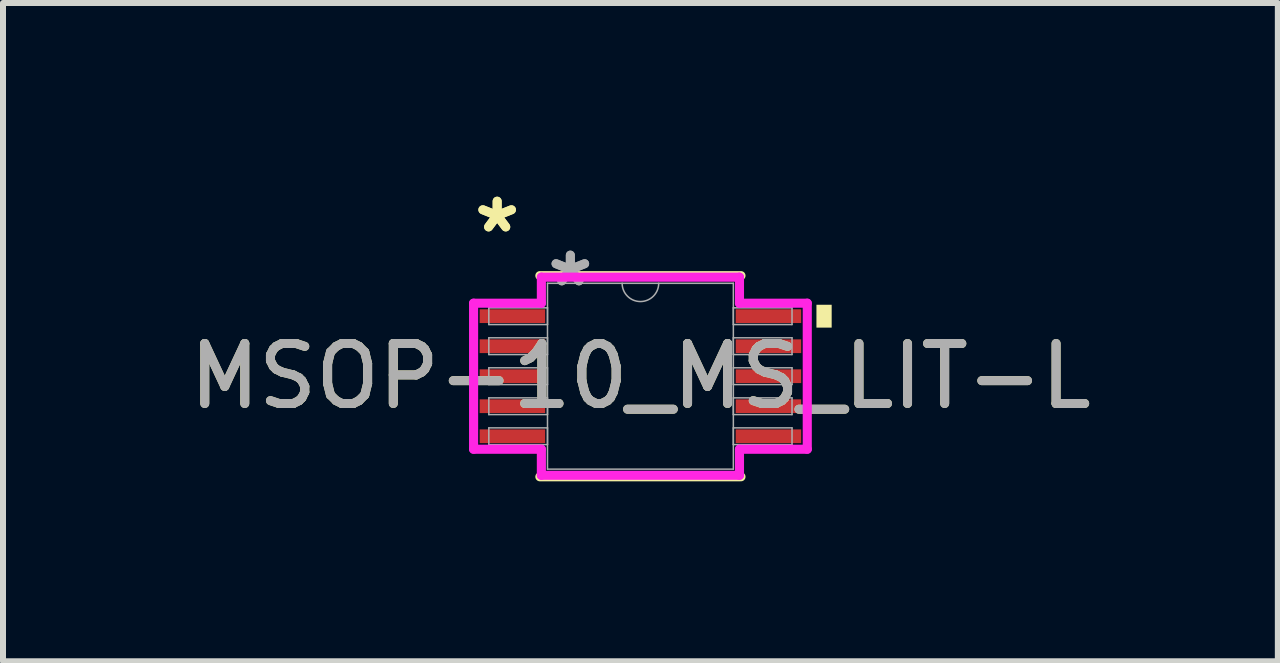
<source format=kicad_pcb>
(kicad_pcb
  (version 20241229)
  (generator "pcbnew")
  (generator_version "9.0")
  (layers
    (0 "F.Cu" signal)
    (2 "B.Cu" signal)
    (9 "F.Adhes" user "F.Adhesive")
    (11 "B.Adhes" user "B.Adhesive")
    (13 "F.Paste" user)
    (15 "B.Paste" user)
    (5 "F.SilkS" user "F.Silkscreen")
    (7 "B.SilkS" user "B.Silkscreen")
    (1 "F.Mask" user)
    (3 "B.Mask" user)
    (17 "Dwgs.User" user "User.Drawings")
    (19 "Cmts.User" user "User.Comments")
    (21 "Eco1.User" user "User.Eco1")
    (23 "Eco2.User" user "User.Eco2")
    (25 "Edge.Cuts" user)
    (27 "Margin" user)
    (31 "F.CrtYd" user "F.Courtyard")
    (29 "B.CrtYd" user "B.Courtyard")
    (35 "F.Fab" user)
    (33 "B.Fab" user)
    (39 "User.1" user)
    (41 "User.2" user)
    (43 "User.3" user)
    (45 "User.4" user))
  (footprint "MSOP-10_MS_LIT-L"
    (layer "F.Cu")
    (at 7.625 3.221)
    (property "Reference" "MSOP-10_MS_LIT-L" (at 0 0 0) (unlocked yes) (layer "F.SilkS") (effects (font (size 1 1) (thickness 0.15))))
    (attr smd)
    (fp_line (start -1.676 1.676) (end 1.676 1.676) (stroke (width 0.152) (type solid)) (layer "F.SilkS"))
    (fp_line (start 1.676 -1.676) (end -1.676 -1.676) (stroke (width 0.152) (type solid)) (layer "F.SilkS"))
    (fp_poly (pts (xy 3.188 -1.191) (xy 3.188 -0.81) (xy 2.934 -0.81) (xy 2.934 -1.191)) (stroke (width 0) (type solid)) (fill yes) (layer "F.SilkS"))
    (fp_line (start -2.781 -1.217) (end -1.651 -1.217) (stroke (width 0.152) (type solid)) (layer "F.CrtYd"))
    (fp_line (start -2.781 1.217) (end -2.781 -1.217) (stroke (width 0.152) (type solid)) (layer "F.CrtYd"))
    (fp_line (start -2.781 1.217) (end -1.651 1.217) (stroke (width 0.152) (type solid)) (layer "F.CrtYd"))
    (fp_line (start -1.651 -1.651) (end 1.651 -1.651) (stroke (width 0.152) (type solid)) (layer "F.CrtYd"))
    (fp_line (start -1.651 -1.217) (end -1.651 -1.651) (stroke (width 0.152) (type solid)) (layer "F.CrtYd"))
    (fp_line (start -1.651 1.651) (end -1.651 1.217) (stroke (width 0.152) (type solid)) (layer "F.CrtYd"))
    (fp_line (start 1.651 -1.651) (end 1.651 -1.217) (stroke (width 0.152) (type solid)) (layer "F.CrtYd"))
    (fp_line (start 1.651 1.217) (end 1.651 1.651) (stroke (width 0.152) (type solid)) (layer "F.CrtYd"))
    (fp_line (start 1.651 1.651) (end -1.651 1.651) (stroke (width 0.152) (type solid)) (layer "F.CrtYd"))
    (fp_line (start 2.781 -1.217) (end 1.651 -1.217) (stroke (width 0.152) (type solid)) (layer "F.CrtYd"))
    (fp_line (start 2.781 -1.217) (end 2.781 1.217) (stroke (width 0.152) (type solid)) (layer "F.CrtYd"))
    (fp_line (start 2.781 1.217) (end 1.651 1.217) (stroke (width 0.152) (type solid)) (layer "F.CrtYd"))
    (fp_line (start -2.527 -1.14) (end -2.527 -0.861) (stroke (width 0.025) (type solid)) (layer "F.Fab"))
    (fp_line (start -2.527 -0.861) (end -1.549 -0.861) (stroke (width 0.025) (type solid)) (layer "F.Fab"))
    (fp_line (start -2.527 -0.64) (end -2.527 -0.361) (stroke (width 0.025) (type solid)) (layer "F.Fab"))
    (fp_line (start -2.527 -0.361) (end -1.549 -0.361) (stroke (width 0.025) (type solid)) (layer "F.Fab"))
    (fp_line (start -2.527 -0.14) (end -2.527 0.14) (stroke (width 0.025) (type solid)) (layer "F.Fab"))
    (fp_line (start -2.527 0.14) (end -1.549 0.14) (stroke (width 0.025) (type solid)) (layer "F.Fab"))
    (fp_line (start -2.527 0.361) (end -2.527 0.64) (stroke (width 0.025) (type solid)) (layer "F.Fab"))
    (fp_line (start -2.527 0.64) (end -1.549 0.64) (stroke (width 0.025) (type solid)) (layer "F.Fab"))
    (fp_line (start -2.527 0.861) (end -2.527 1.14) (stroke (width 0.025) (type solid)) (layer "F.Fab"))
    (fp_line (start -2.527 1.14) (end -1.549 1.14) (stroke (width 0.025) (type solid)) (layer "F.Fab"))
    (fp_line (start -1.549 -1.549) (end -1.549 1.549) (stroke (width 0.025) (type solid)) (layer "F.Fab"))
    (fp_line (start -1.549 -1.14) (end -2.527 -1.14) (stroke (width 0.025) (type solid)) (layer "F.Fab"))
    (fp_line (start -1.549 -0.861) (end -1.549 -1.14) (stroke (width 0.025) (type solid)) (layer "F.Fab"))
    (fp_line (start -1.549 -0.64) (end -2.527 -0.64) (stroke (width 0.025) (type solid)) (layer "F.Fab"))
    (fp_line (start -1.549 -0.361) (end -1.549 -0.64) (stroke (width 0.025) (type solid)) (layer "F.Fab"))
    (fp_line (start -1.549 -0.14) (end -2.527 -0.14) (stroke (width 0.025) (type solid)) (layer "F.Fab"))
    (fp_line (start -1.549 0.14) (end -1.549 -0.14) (stroke (width 0.025) (type solid)) (layer "F.Fab"))
    (fp_line (start -1.549 0.361) (end -2.527 0.361) (stroke (width 0.025) (type solid)) (layer "F.Fab"))
    (fp_line (start -1.549 0.64) (end -1.549 0.361) (stroke (width 0.025) (type solid)) (layer "F.Fab"))
    (fp_line (start -1.549 0.861) (end -2.527 0.861) (stroke (width 0.025) (type solid)) (layer "F.Fab"))
    (fp_line (start -1.549 1.14) (end -1.549 0.861) (stroke (width 0.025) (type solid)) (layer "F.Fab"))
    (fp_line (start -1.549 1.549) (end 1.549 1.549) (stroke (width 0.025) (type solid)) (layer "F.Fab"))
    (fp_line (start 1.549 -1.549) (end -1.549 -1.549) (stroke (width 0.025) (type solid)) (layer "F.Fab"))
    (fp_line (start 1.549 -1.14) (end 1.549 -0.861) (stroke (width 0.025) (type solid)) (layer "F.Fab"))
    (fp_line (start 1.549 -0.861) (end 2.527 -0.861) (stroke (width 0.025) (type solid)) (layer "F.Fab"))
    (fp_line (start 1.549 -0.64) (end 1.549 -0.361) (stroke (width 0.025) (type solid)) (layer "F.Fab"))
    (fp_line (start 1.549 -0.361) (end 2.527 -0.361) (stroke (width 0.025) (type solid)) (layer "F.Fab"))
    (fp_line (start 1.549 -0.14) (end 1.549 0.14) (stroke (width 0.025) (type solid)) (layer "F.Fab"))
    (fp_line (start 1.549 0.14) (end 2.527 0.14) (stroke (width 0.025) (type solid)) (layer "F.Fab"))
    (fp_line (start 1.549 0.361) (end 1.549 0.64) (stroke (width 0.025) (type solid)) (layer "F.Fab"))
    (fp_line (start 1.549 0.64) (end 2.527 0.64) (stroke (width 0.025) (type solid)) (layer "F.Fab"))
    (fp_line (start 1.549 0.861) (end 1.549 1.14) (stroke (width 0.025) (type solid)) (layer "F.Fab"))
    (fp_line (start 1.549 1.14) (end 2.527 1.14) (stroke (width 0.025) (type solid)) (layer "F.Fab"))
    (fp_line (start 1.549 1.549) (end 1.549 -1.549) (stroke (width 0.025) (type solid)) (layer "F.Fab"))
    (fp_line (start 2.527 -1.14) (end 1.549 -1.14) (stroke (width 0.025) (type solid)) (layer "F.Fab"))
    (fp_line (start 2.527 -0.861) (end 2.527 -1.14) (stroke (width 0.025) (type solid)) (layer "F.Fab"))
    (fp_line (start 2.527 -0.64) (end 1.549 -0.64) (stroke (width 0.025) (type solid)) (layer "F.Fab"))
    (fp_line (start 2.527 -0.361) (end 2.527 -0.64) (stroke (width 0.025) (type solid)) (layer "F.Fab"))
    (fp_line (start 2.527 -0.14) (end 1.549 -0.14) (stroke (width 0.025) (type solid)) (layer "F.Fab"))
    (fp_line (start 2.527 0.14) (end 2.527 -0.14) (stroke (width 0.025) (type solid)) (layer "F.Fab"))
    (fp_line (start 2.527 0.361) (end 1.549 0.361) (stroke (width 0.025) (type solid)) (layer "F.Fab"))
    (fp_line (start 2.527 0.64) (end 2.527 0.361) (stroke (width 0.025) (type solid)) (layer "F.Fab"))
    (fp_line (start 2.527 0.861) (end 1.549 0.861) (stroke (width 0.025) (type solid)) (layer "F.Fab"))
    (fp_line (start 2.527 1.14) (end 2.527 0.861) (stroke (width 0.025) (type solid)) (layer "F.Fab"))
    (fp_arc (start 0.3048 -1.5494) (mid 0 -1.2446) (end -0.3048 -1.5494) (stroke (width 0.0254) (type solid)) (layer "F.Fab"))
    (fp_text user "*" (at -2.388 -2.372 0) (layer "F.SilkS") (effects (font (size 1 1) (thickness 0.15))))
    (fp_text user "*" (at -2.388 -2.372 0) (unlocked yes) (layer "F.SilkS") (effects (font (size 1 1) (thickness 0.15))))
    (fp_text user "*" (at -1.168 -1.473 0) (unlocked yes) (layer "F.Fab") (effects (font (size 1 1) (thickness 0.15))))
    (fp_text user "${REFERENCE}" (at 0 0 0) (unlocked yes) (layer "F.Fab") (effects (font (size 1 1) (thickness 0.15))))
    (fp_text user "*" (at -1.168 -1.473 0) (layer "F.Fab") (effects (font (size 1 1) (thickness 0.15))))
    (pad "1" smd rect (at -2.134 -1.001) (size 1.092 0.229) (layers "F.Cu" "F.Mask" "F.Paste"))
    (pad "2" smd rect (at -2.134 -0.5) (size 1.092 0.229) (layers "F.Cu" "F.Mask" "F.Paste"))
    (pad "3" smd rect (at -2.134 0) (size 1.092 0.229) (layers "F.Cu" "F.Mask" "F.Paste"))
    (pad "4" smd rect (at -2.134 0.5) (size 1.092 0.229) (layers "F.Cu" "F.Mask" "F.Paste"))
    (pad "5" smd rect (at -2.134 1.001) (size 1.092 0.229) (layers "F.Cu" "F.Mask" "F.Paste"))
    (pad "6" smd rect (at 2.134 1.001) (size 1.092 0.229) (layers "F.Cu" "F.Mask" "F.Paste"))
    (pad "7" smd rect (at 2.134 0.5) (size 1.092 0.229) (layers "F.Cu" "F.Mask" "F.Paste"))
    (pad "8" smd rect (at 2.134 0) (size 1.092 0.229) (layers "F.Cu" "F.Mask" "F.Paste"))
    (pad "9" smd rect (at 2.134 -0.5) (size 1.092 0.229) (layers "F.Cu" "F.Mask" "F.Paste"))
    (pad "10" smd rect (at 2.134 -1.001) (size 1.092 0.229) (layers "F.Cu" "F.Mask" "F.Paste")))
  (gr_rect
    (start -3 -3)
    (end 18.25 7.973)
    (stroke (width 0.1) (type default))
    (fill no)
    (layer "Edge.Cuts")))
</source>
